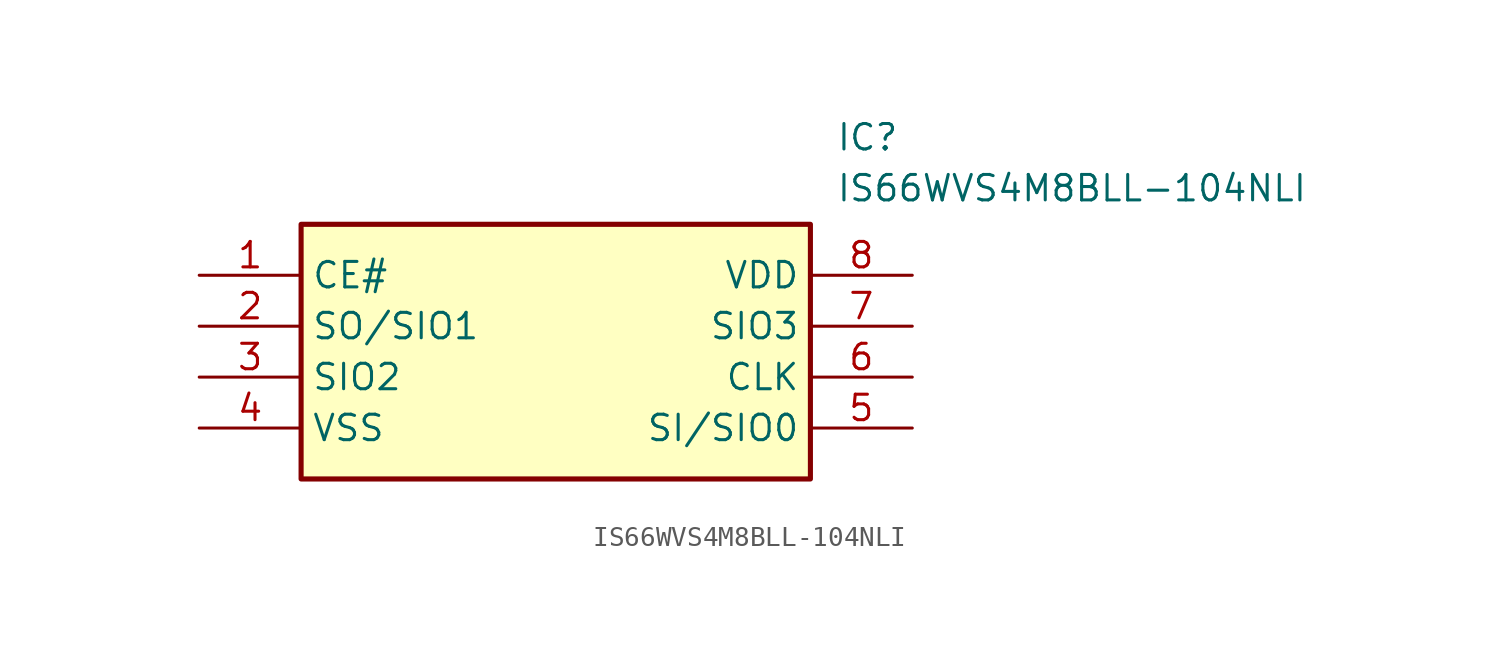
<source format=kicad_sym>
(kicad_symbol_lib
  (version 20211014)
  (generator SamacSys_ECAD_Model)
  (symbol "IS66WVS4M8BLL-104NLI"
    (property "Reference" "IC"
      (at 31.75 7.62 0)
      (effects (font (size 1.27 1.27)) (justify left top)))
    (property "Value" "IS66WVS4M8BLL-104NLI"
      (at 31.75 5.08 0)
      (effects (font (size 1.27 1.27)) (justify left top)))
    (rectangle
      (start 5.08 2.54)
      (end 30.48 -10.16)
      (stroke (width 0.254) (type default))
      (fill (type background)))
    (pin passive line
      (at 0 0 0)
      (length 5.08)
      (name "CE#" (effects (font (size 1.27 1.27))))
      (number "1" (effects (font (size 1.27 1.27)))))
    (pin passive line
      (at 0 -2.54 0)
      (length 5.08)
      (name "SO/SIO1" (effects (font (size 1.27 1.27))))
      (number "2" (effects (font (size 1.27 1.27)))))
    (pin passive line
      (at 0 -5.08 0)
      (length 5.08)
      (name "SIO2" (effects (font (size 1.27 1.27))))
      (number "3" (effects (font (size 1.27 1.27)))))
    (pin passive line
      (at 0 -7.62 0)
      (length 5.08)
      (name "VSS" (effects (font (size 1.27 1.27))))
      (number "4" (effects (font (size 1.27 1.27)))))
    (pin passive line
      (at 35.56 0 180)
      (length 5.08)
      (name "VDD" (effects (font (size 1.27 1.27))))
      (number "8" (effects (font (size 1.27 1.27)))))
    (pin passive line
      (at 35.56 -2.54 180)
      (length 5.08)
      (name "SIO3" (effects (font (size 1.27 1.27))))
      (number "7" (effects (font (size 1.27 1.27)))))
    (pin passive line
      (at 35.56 -5.08 180)
      (length 5.08)
      (name "CLK" (effects (font (size 1.27 1.27))))
      (number "6" (effects (font (size 1.27 1.27)))))
    (pin passive line
      (at 35.56 -7.62 180)
      (length 5.08)
      (name "SI/SIO0" (effects (font (size 1.27 1.27))))
      (number "5" (effects (font (size 1.27 1.27)))))))
</source>
